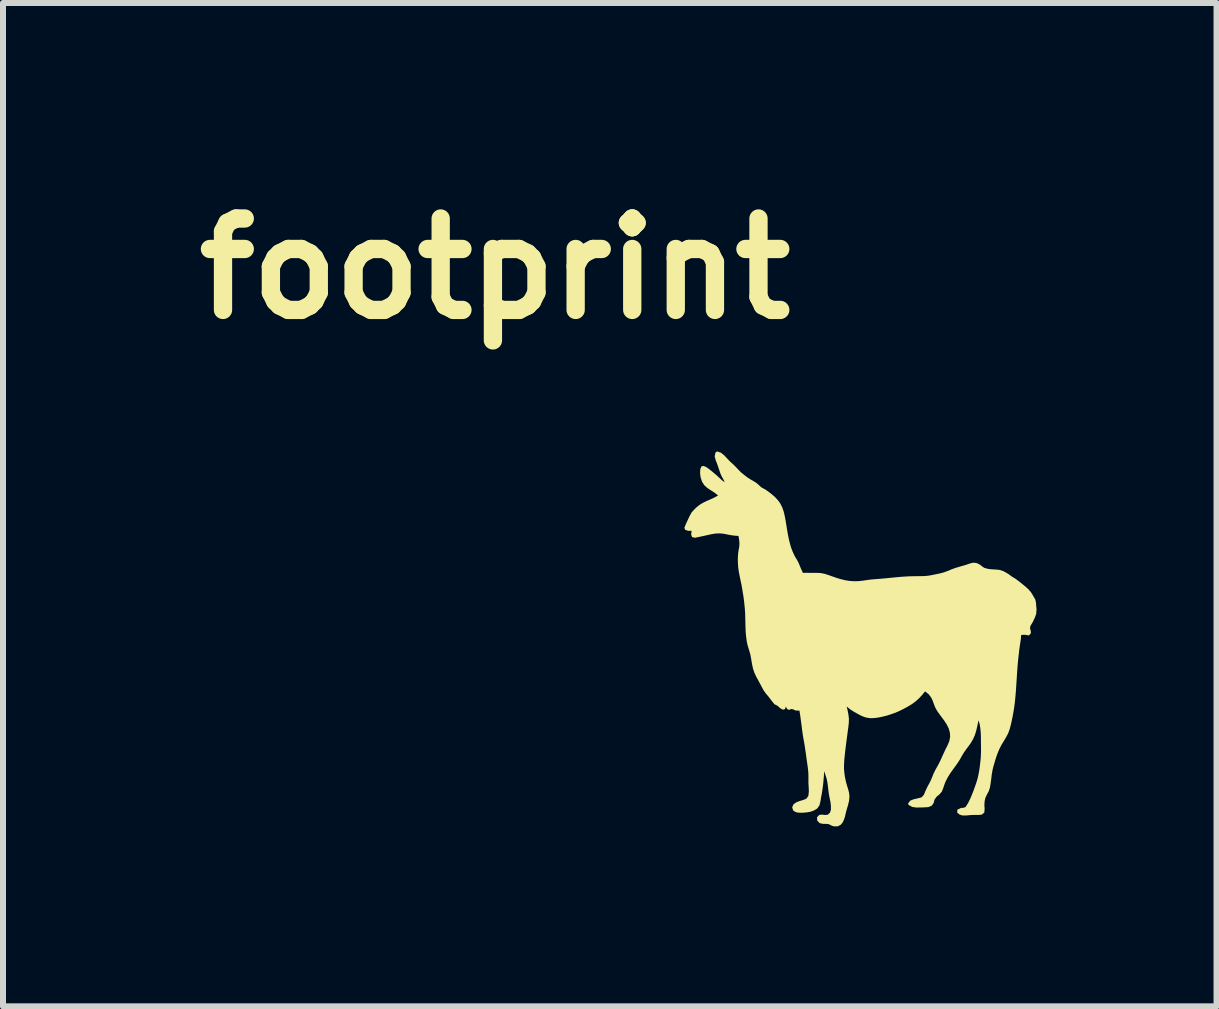
<source format=kicad_pcb>
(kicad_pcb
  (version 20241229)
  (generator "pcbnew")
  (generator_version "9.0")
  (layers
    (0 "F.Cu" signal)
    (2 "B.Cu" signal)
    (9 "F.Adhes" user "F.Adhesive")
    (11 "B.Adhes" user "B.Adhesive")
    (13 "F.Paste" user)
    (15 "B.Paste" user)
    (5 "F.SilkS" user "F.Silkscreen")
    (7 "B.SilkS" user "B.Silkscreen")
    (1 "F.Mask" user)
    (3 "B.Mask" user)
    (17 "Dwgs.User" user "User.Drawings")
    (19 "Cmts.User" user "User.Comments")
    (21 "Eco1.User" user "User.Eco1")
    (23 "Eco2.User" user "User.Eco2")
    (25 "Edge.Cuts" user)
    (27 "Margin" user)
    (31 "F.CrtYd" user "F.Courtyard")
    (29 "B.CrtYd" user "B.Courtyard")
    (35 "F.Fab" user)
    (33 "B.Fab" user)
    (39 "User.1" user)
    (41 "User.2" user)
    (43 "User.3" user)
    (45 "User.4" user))
  (footprint "footprint"
    (layer "F.Cu")
    (at 5.203 2.975)
    (property "Reference" "footprint" (at 0 -1.548 0) (layer "F.SilkS") (effects (font (size 1.524 1.524) (thickness 0.305))))
    (attr exclude_from_pos_files exclude_from_bom)
    (fp_poly (pts (xy 9.026 4.132) (xy 9.019 4.07) (xy 9.016 4.019) (xy 9.005 3.97) (xy 8.971 3.91) (xy 8.937 3.854) (xy 8.898 3.806) (xy 8.852 3.763) (xy 8.801 3.721) (xy 8.739 3.671) (xy 8.677 3.624) (xy 8.611 3.584) (xy 8.567 3.551) (xy 8.521 3.522) (xy 8.473 3.496) (xy 8.415 3.476) (xy 8.354 3.469) (xy 8.291 3.466) (xy 8.221 3.459) (xy 8.153 3.44) (xy 8.117 3.416) (xy 8.083 3.388) (xy 8.023 3.359) (xy 7.966 3.355) (xy 7.902 3.372) (xy 7.843 3.393) (xy 7.783 3.41) (xy 7.724 3.427) (xy 7.665 3.445) (xy 7.601 3.469) (xy 7.54 3.494) (xy 7.478 3.517) (xy 7.412 3.534) (xy 7.345 3.548) (xy 7.279 3.562) (xy 7.212 3.573) (xy 7.143 3.578) (xy 7.068 3.579) (xy 6.994 3.58) (xy 6.919 3.581) (xy 6.845 3.585) (xy 6.769 3.59) (xy 6.693 3.597) (xy 6.617 3.604) (xy 6.541 3.612) (xy 6.466 3.619) (xy 6.39 3.625) (xy 6.314 3.631) (xy 6.251 3.637) (xy 6.188 3.646) (xy 6.125 3.655) (xy 6.062 3.662) (xy 5.986 3.664) (xy 5.911 3.659) (xy 5.836 3.647) (xy 5.762 3.629) (xy 5.695 3.609) (xy 5.629 3.586) (xy 5.563 3.563) (xy 5.496 3.541) (xy 5.431 3.528) (xy 5.365 3.524) (xy 5.299 3.524) (xy 5.232 3.524) (xy 5.182 3.523) (xy 5.131 3.525) (xy 5.099 3.455) (xy 5.079 3.406) (xy 5.059 3.358) (xy 5.034 3.311) (xy 4.994 3.244) (xy 4.961 3.173) (xy 4.933 3.1) (xy 4.912 3.026) (xy 4.894 2.951) (xy 4.879 2.874) (xy 4.866 2.798) (xy 4.854 2.722) (xy 4.842 2.649) (xy 4.828 2.576) (xy 4.811 2.503) (xy 4.786 2.433) (xy 4.753 2.366) (xy 4.714 2.313) (xy 4.668 2.263) (xy 4.617 2.218) (xy 4.563 2.176) (xy 4.51 2.138) (xy 4.473 2.118) (xy 4.437 2.098) (xy 4.398 2.062) (xy 4.358 2.027) (xy 4.308 1.995) (xy 4.258 1.967) (xy 4.208 1.935) (xy 4.152 1.892) (xy 4.098 1.848) (xy 4.049 1.798) (xy 4.007 1.753) (xy 3.963 1.71) (xy 3.917 1.669) (xy 3.869 1.619) (xy 3.82 1.566) (xy 3.766 1.522) (xy 3.702 1.5) (xy 3.675 1.516) (xy 3.66 1.582) (xy 3.678 1.648) (xy 3.706 1.721) (xy 3.731 1.794) (xy 3.756 1.869) (xy 3.778 1.918) (xy 3.805 1.966) (xy 3.829 2.015) (xy 3.781 1.981) (xy 3.737 1.939) (xy 3.692 1.898) (xy 3.646 1.859) (xy 3.599 1.82) (xy 3.564 1.792) (xy 3.52 1.761) (xy 3.476 1.742) (xy 3.44 1.749) (xy 3.42 1.798) (xy 3.417 1.867) (xy 3.427 1.936) (xy 3.449 2.003) (xy 3.485 2.061) (xy 3.536 2.108) (xy 3.598 2.149) (xy 3.66 2.189) (xy 3.717 2.234) (xy 3.658 2.267) (xy 3.596 2.296) (xy 3.534 2.323) (xy 3.473 2.352) (xy 3.415 2.386) (xy 3.361 2.428) (xy 3.316 2.472) (xy 3.276 2.517) (xy 3.245 2.572) (xy 3.214 2.638) (xy 3.183 2.705) (xy 3.155 2.772) (xy 3.169 2.807) (xy 3.22 2.824) (xy 3.268 2.823) (xy 3.276 2.826) (xy 3.274 2.838) (xy 3.268 2.883) (xy 3.282 2.926) (xy 3.33 2.94) (xy 3.38 2.929) (xy 3.452 2.914) (xy 3.524 2.898) (xy 3.597 2.882) (xy 3.662 2.87) (xy 3.728 2.866) (xy 3.794 2.87) (xy 3.86 2.882) (xy 3.925 2.895) (xy 3.991 2.904) (xy 4.057 2.909) (xy 4.067 2.967) (xy 4.073 3.026) (xy 4.071 3.079) (xy 4.062 3.131) (xy 4.053 3.184) (xy 4.048 3.245) (xy 4.046 3.306) (xy 4.048 3.368) (xy 4.053 3.439) (xy 4.063 3.509) (xy 4.077 3.579) (xy 4.091 3.648) (xy 4.106 3.718) (xy 4.118 3.785) (xy 4.129 3.852) (xy 4.14 3.919) (xy 4.149 3.986) (xy 4.156 4.053) (xy 4.163 4.121) (xy 4.168 4.197) (xy 4.17 4.274) (xy 4.172 4.352) (xy 4.174 4.43) (xy 4.177 4.508) (xy 4.184 4.585) (xy 4.194 4.661) (xy 4.21 4.736) (xy 4.233 4.81) (xy 4.255 4.885) (xy 4.269 4.962) (xy 4.282 5.039) (xy 4.298 5.116) (xy 4.322 5.189) (xy 4.354 5.257) (xy 4.39 5.323) (xy 4.427 5.391) (xy 4.453 5.441) (xy 4.48 5.489) (xy 4.513 5.535) (xy 4.55 5.578) (xy 4.584 5.622) (xy 4.617 5.666) (xy 4.657 5.714) (xy 4.711 5.742) (xy 4.75 5.778) (xy 4.796 5.805) (xy 4.834 5.795) (xy 4.845 5.754) (xy 4.872 5.797) (xy 4.904 5.809) (xy 4.934 5.793) (xy 4.971 5.8) (xy 5.006 5.818) (xy 5.066 5.821) (xy 5.073 5.82) (xy 5.085 5.893) (xy 5.095 5.968) (xy 5.105 6.041) (xy 5.113 6.103) (xy 5.121 6.165) (xy 5.13 6.228) (xy 5.14 6.29) (xy 5.153 6.359) (xy 5.164 6.427) (xy 5.174 6.496) (xy 5.184 6.564) (xy 5.193 6.633) (xy 5.203 6.702) (xy 5.213 6.771) (xy 5.22 6.836) (xy 5.223 6.901) (xy 5.223 6.966) (xy 5.223 7.032) (xy 5.227 7.096) (xy 5.23 7.172) (xy 5.221 7.244) (xy 5.187 7.29) (xy 5.136 7.31) (xy 5.076 7.328) (xy 5.017 7.351) (xy 4.972 7.385) (xy 4.952 7.435) (xy 4.971 7.489) (xy 5.021 7.516) (xy 5.077 7.523) (xy 5.14 7.522) (xy 5.202 7.516) (xy 5.258 7.506) (xy 5.318 7.484) (xy 5.371 7.451) (xy 5.407 7.399) (xy 5.423 7.334) (xy 5.433 7.271) (xy 5.447 7.198) (xy 5.458 7.125) (xy 5.468 7.051) (xy 5.475 6.977) (xy 5.481 6.904) (xy 5.485 6.829) (xy 5.504 6.887) (xy 5.523 6.944) (xy 5.537 7.003) (xy 5.547 7.074) (xy 5.555 7.146) (xy 5.565 7.218) (xy 5.575 7.271) (xy 5.589 7.337) (xy 5.598 7.406) (xy 5.598 7.471) (xy 5.583 7.521) (xy 5.543 7.557) (xy 5.498 7.56) (xy 5.451 7.554) (xy 5.403 7.56) (xy 5.366 7.599) (xy 5.369 7.653) (xy 5.411 7.697) (xy 5.472 7.709) (xy 5.52 7.708) (xy 5.565 7.714) (xy 5.604 7.735) (xy 5.645 7.75) (xy 5.709 7.75) (xy 5.757 7.727) (xy 5.791 7.689) (xy 5.815 7.64) (xy 5.833 7.584) (xy 5.846 7.526) (xy 5.864 7.459) (xy 5.884 7.392) (xy 5.9 7.325) (xy 5.907 7.257) (xy 5.901 7.192) (xy 5.885 7.13) (xy 5.866 7.069) (xy 5.848 7.006) (xy 5.833 6.933) (xy 5.822 6.86) (xy 5.816 6.786) (xy 5.817 6.711) (xy 5.821 6.645) (xy 5.827 6.58) (xy 5.834 6.514) (xy 5.842 6.448) (xy 5.85 6.383) (xy 5.859 6.312) (xy 5.869 6.24) (xy 5.878 6.169) (xy 5.888 6.097) (xy 5.896 6.026) (xy 5.898 5.957) (xy 5.89 5.888) (xy 5.877 5.82) (xy 5.861 5.753) (xy 5.921 5.801) (xy 5.986 5.842) (xy 6.052 5.879) (xy 6.114 5.911) (xy 6.176 5.934) (xy 6.244 5.946) (xy 6.32 5.945) (xy 6.388 5.936) (xy 6.455 5.922) (xy 6.521 5.906) (xy 6.586 5.886) (xy 6.652 5.863) (xy 6.723 5.834) (xy 6.793 5.8) (xy 6.859 5.765) (xy 6.916 5.732) (xy 6.96 5.704) (xy 7.013 5.664) (xy 7.068 5.614) (xy 7.12 5.558) (xy 7.167 5.5) (xy 7.229 5.549) (xy 7.268 5.601) (xy 7.294 5.654) (xy 7.313 5.708) (xy 7.335 5.764) (xy 7.366 5.822) (xy 7.409 5.883) (xy 7.447 5.934) (xy 7.485 5.985) (xy 7.526 6.047) (xy 7.561 6.117) (xy 7.581 6.188) (xy 7.585 6.259) (xy 7.571 6.33) (xy 7.54 6.403) (xy 7.509 6.463) (xy 7.481 6.524) (xy 7.453 6.585) (xy 7.426 6.646) (xy 7.396 6.706) (xy 7.368 6.758) (xy 7.339 6.809) (xy 7.313 6.861) (xy 7.291 6.915) (xy 7.27 6.967) (xy 7.246 7.018) (xy 7.218 7.068) (xy 7.193 7.119) (xy 7.169 7.17) (xy 7.147 7.225) (xy 7.108 7.267) (xy 7.037 7.285) (xy 6.979 7.298) (xy 6.921 7.321) (xy 6.885 7.366) (xy 6.892 7.393) (xy 6.953 7.426) (xy 7.02 7.436) (xy 7.09 7.435) (xy 7.159 7.433) (xy 7.221 7.429) (xy 7.278 7.406) (xy 7.31 7.361) (xy 7.324 7.306) (xy 7.359 7.256) (xy 7.406 7.218) (xy 7.446 7.172) (xy 7.468 7.118) (xy 7.487 7.061) (xy 7.508 7.006) (xy 7.544 6.935) (xy 7.585 6.869) (xy 7.63 6.805) (xy 7.676 6.742) (xy 7.721 6.678) (xy 7.752 6.628) (xy 7.78 6.577) (xy 7.81 6.527) (xy 7.847 6.473) (xy 7.886 6.421) (xy 7.925 6.368) (xy 7.965 6.301) (xy 7.996 6.232) (xy 8.018 6.162) (xy 8.036 6.088) (xy 8.052 6.011) (xy 8.058 5.982) (xy 8.078 6.048) (xy 8.089 6.117) (xy 8.095 6.187) (xy 8.098 6.257) (xy 8.098 6.325) (xy 8.099 6.395) (xy 8.1 6.464) (xy 8.099 6.534) (xy 8.096 6.603) (xy 8.089 6.672) (xy 8.081 6.742) (xy 8.071 6.813) (xy 8.058 6.885) (xy 8.042 6.955) (xy 8.022 7.023) (xy 7.997 7.093) (xy 7.972 7.162) (xy 7.945 7.231) (xy 7.916 7.298) (xy 7.883 7.364) (xy 7.841 7.429) (xy 7.805 7.441) (xy 7.767 7.443) (xy 7.705 7.473) (xy 7.703 7.52) (xy 7.741 7.553) (xy 7.788 7.568) (xy 7.861 7.568) (xy 7.933 7.561) (xy 7.992 7.559) (xy 8.053 7.56) (xy 8.112 7.555) (xy 8.155 7.519) (xy 8.16 7.456) (xy 8.156 7.394) (xy 8.16 7.331) (xy 8.173 7.274) (xy 8.2 7.217) (xy 8.229 7.163) (xy 8.248 7.105) (xy 8.26 7.034) (xy 8.27 6.962) (xy 8.278 6.891) (xy 8.29 6.82) (xy 8.307 6.749) (xy 8.328 6.678) (xy 8.35 6.605) (xy 8.376 6.532) (xy 8.405 6.462) (xy 8.439 6.395) (xy 8.478 6.331) (xy 8.517 6.266) (xy 8.552 6.2) (xy 8.578 6.129) (xy 8.597 6.057) (xy 8.613 5.985) (xy 8.628 5.913) (xy 8.641 5.84) (xy 8.653 5.767) (xy 8.663 5.689) (xy 8.671 5.612) (xy 8.678 5.534) (xy 8.684 5.456) (xy 8.689 5.379) (xy 8.694 5.301) (xy 8.699 5.223) (xy 8.704 5.145) (xy 8.71 5.068) (xy 8.717 4.99) (xy 8.724 4.927) (xy 8.731 4.865) (xy 8.738 4.802) (xy 8.747 4.739) (xy 8.756 4.679) (xy 8.765 4.619) (xy 8.769 4.559) (xy 8.832 4.556) (xy 8.898 4.567) (xy 8.932 4.53) (xy 8.928 4.487) (xy 8.916 4.444) (xy 8.925 4.407) (xy 8.963 4.343) (xy 8.996 4.273) (xy 9.019 4.211) (xy 9.026 4.132)) (stroke (width 0) (type solid)) (fill yes) (layer "F.SilkS")))
  (gr_rect
    (start -3 -3)
    (end 17.229 13.725)
    (stroke (width 0.1) (type default))
    (fill no)
    (layer "Edge.Cuts")))
</source>
